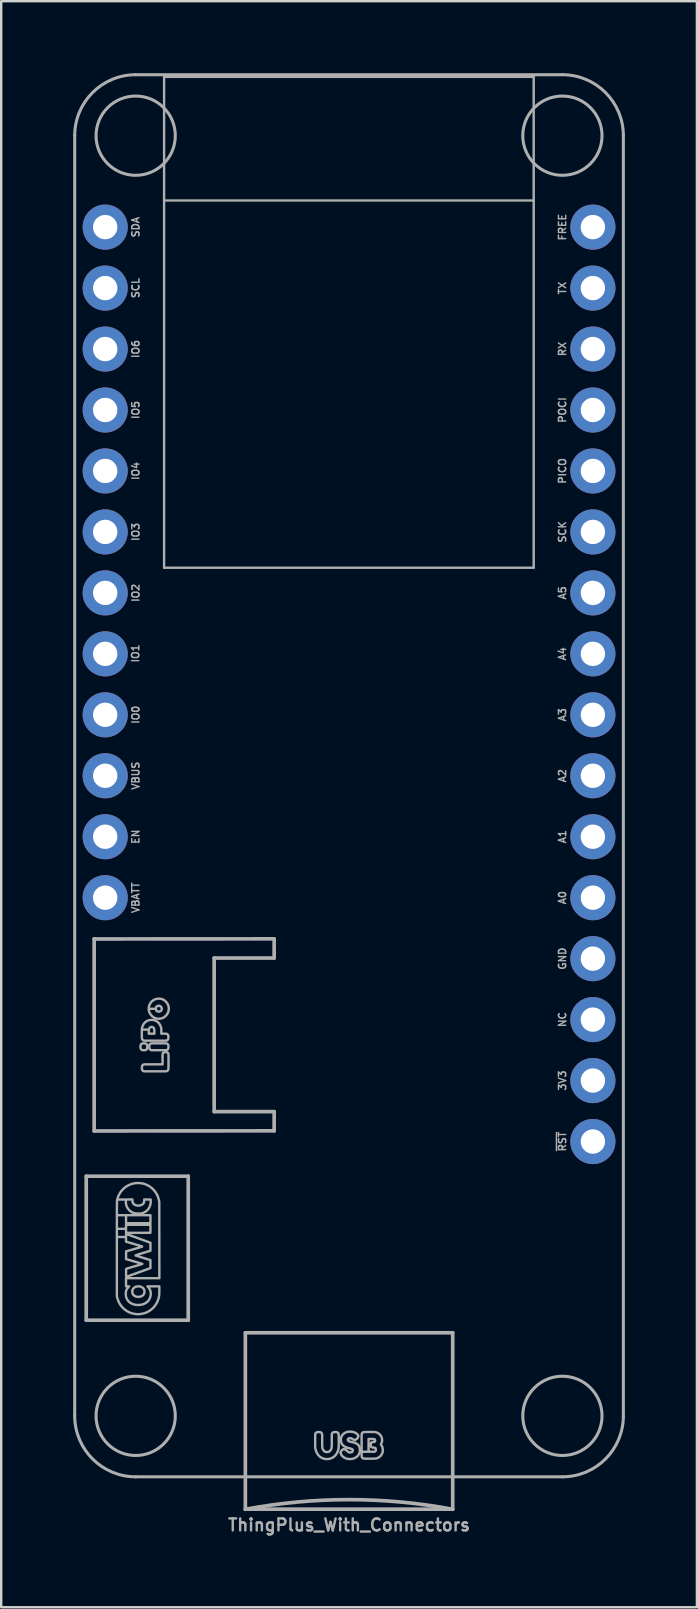
<source format=kicad_pcb>
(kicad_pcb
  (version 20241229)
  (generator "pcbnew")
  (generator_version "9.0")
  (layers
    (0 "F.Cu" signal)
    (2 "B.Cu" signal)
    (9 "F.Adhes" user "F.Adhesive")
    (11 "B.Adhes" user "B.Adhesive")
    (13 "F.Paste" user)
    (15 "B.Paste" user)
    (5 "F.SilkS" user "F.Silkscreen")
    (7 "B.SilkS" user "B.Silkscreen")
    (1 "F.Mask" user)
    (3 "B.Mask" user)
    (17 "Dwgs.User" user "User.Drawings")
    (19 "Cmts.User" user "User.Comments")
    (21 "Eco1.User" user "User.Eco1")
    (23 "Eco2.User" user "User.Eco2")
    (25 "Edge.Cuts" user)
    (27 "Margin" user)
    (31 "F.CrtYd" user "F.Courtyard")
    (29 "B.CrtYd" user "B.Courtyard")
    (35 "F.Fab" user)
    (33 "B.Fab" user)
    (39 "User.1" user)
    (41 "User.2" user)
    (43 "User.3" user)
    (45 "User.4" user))
  (footprint "ThingPlus_With_Connectors"
    (layer "F.Cu")
    (at 11.493 29.273)
    (property "Reference" "ThingPlus_With_Connectors" (at 0 31.51 0) (layer "F.Fab") (effects (font (size 0.5 0.5) (thickness 0.1) (bold yes)) (justify bottom)))
    (fp_line (start -11.43 26.67) (end -11.43 -26.67) (stroke (width 0.127) (type solid)) (layer "F.Fab"))
    (fp_line (start -10.95 16.685) (end -10.95 22.685) (stroke (width 0.152) (type solid)) (layer "F.Fab"))
    (fp_line (start -10.95 16.685) (end -6.7 16.685) (stroke (width 0.152) (type solid)) (layer "F.Fab"))
    (fp_line (start -10.62 6.8) (end -10.62 14.8) (stroke (width 0.152) (type solid)) (layer "F.Fab"))
    (fp_line (start -10.62 14.8) (end -3.12 14.795) (stroke (width 0.152) (type solid)) (layer "F.Fab"))
    (fp_line (start -8.89 -29.21) (end 8.89 -29.21) (stroke (width 0.127) (type solid)) (layer "F.Fab"))
    (fp_line (start -7.706 -29.119) (end 7.694 -29.119) (stroke (width 0.1) (type solid)) (layer "F.Fab"))
    (fp_line (start -7.706 -23.969) (end 7.694 -23.969) (stroke (width 0.1) (type solid)) (layer "F.Fab"))
    (fp_line (start -7.706 -8.669) (end -7.706 -29.119) (stroke (width 0.1) (type solid)) (layer "F.Fab"))
    (fp_line (start -6.7 16.685) (end -6.7 22.685) (stroke (width 0.152) (type solid)) (layer "F.Fab"))
    (fp_line (start -6.7 22.685) (end -10.95 22.685) (stroke (width 0.152) (type solid)) (layer "F.Fab"))
    (fp_line (start -5.62 7.595) (end -3.12 7.595) (stroke (width 0.152) (type solid)) (layer "F.Fab"))
    (fp_line (start -5.62 13.995) (end -5.62 7.595) (stroke (width 0.152) (type solid)) (layer "F.Fab"))
    (fp_line (start -4.32 23.209) (end -4.32 24.829) (stroke (width 0.01) (type solid)) (layer "F.Fab"))
    (fp_line (start -4.32 23.209) (end 4.32 23.209) (stroke (width 0.152) (type solid)) (layer "F.Fab"))
    (fp_line (start -4.32 27.159) (end -4.32 28.759) (stroke (width 0.01) (type solid)) (layer "F.Fab"))
    (fp_line (start -4.32 30.559) (end -4.32 23.209) (stroke (width 0.152) (type solid)) (layer "F.Fab"))
    (fp_line (start -4.32 30.559) (end 4.32 30.559) (stroke (width 0.152) (type solid)) (layer "F.Fab"))
    (fp_line (start -3.12 6.795) (end -10.62 6.8) (stroke (width 0.152) (type solid)) (layer "F.Fab"))
    (fp_line (start -3.12 7.595) (end -3.12 6.795) (stroke (width 0.152) (type solid)) (layer "F.Fab"))
    (fp_line (start -3.12 13.995) (end -5.62 13.995) (stroke (width 0.152) (type solid)) (layer "F.Fab"))
    (fp_line (start -3.12 14.795) (end -3.12 13.995) (stroke (width 0.152) (type solid)) (layer "F.Fab"))
    (fp_line (start 4.32 23.209) (end 4.32 24.829) (stroke (width 0.01) (type solid)) (layer "F.Fab"))
    (fp_line (start 4.32 23.209) (end 4.32 30.559) (stroke (width 0.152) (type solid)) (layer "F.Fab"))
    (fp_line (start 4.32 27.159) (end 4.32 28.759) (stroke (width 0.01) (type solid)) (layer "F.Fab"))
    (fp_line (start 7.694 -29.119) (end 7.694 -8.669) (stroke (width 0.1) (type solid)) (layer "F.Fab"))
    (fp_line (start 7.694 -8.669) (end -7.706 -8.669) (stroke (width 0.1) (type solid)) (layer "F.Fab"))
    (fp_line (start 8.89 29.21) (end -8.89 29.21) (stroke (width 0.127) (type solid)) (layer "F.Fab"))
    (fp_line (start 11.43 -26.67) (end 11.43 26.67) (stroke (width 0.127) (type solid)) (layer "F.Fab"))
    (fp_arc (start -11.43 -26.67) (mid -10.686051 -28.466051) (end -8.89 -29.21) (stroke (width 0.127) (type solid)) (layer "F.Fab"))
    (fp_arc (start -8.89 29.21) (mid -10.686051 28.466051) (end -11.43 26.67) (stroke (width 0.127) (type solid)) (layer "F.Fab"))
    (fp_arc (start -4.32 30.56375) (mid 0 30.161425) (end 4.32 30.56375) (stroke (width 0.1524) (type solid)) (layer "F.Fab"))
    (fp_arc (start 8.89 -29.21) (mid 10.686051 -28.466051) (end 11.43 -26.67) (stroke (width 0.127) (type solid)) (layer "F.Fab"))
    (fp_arc (start 11.43 26.67) (mid 10.686051 28.466051) (end 8.89 29.21) (stroke (width 0.127) (type solid)) (layer "F.Fab"))
    (fp_circle (center -8.89 -26.67) (end -7.239 -26.67) (stroke (width 0.127) (type solid)) (fill no) (layer "F.Fab"))
    (fp_circle (center -8.89 26.67) (end -7.239 26.67) (stroke (width 0.127) (type solid)) (fill no) (layer "F.Fab"))
    (fp_circle (center 8.89 -26.67) (end 10.541 -26.67) (stroke (width 0.127) (type solid)) (fill no) (layer "F.Fab"))
    (fp_circle (center 8.89 26.67) (end 10.541 26.67) (stroke (width 0.127) (type solid)) (fill no) (layer "F.Fab"))
    (fp_poly (pts (xy -8.405 11.293) (xy -8.416 11.375) (xy -8.452 11.418) (xy -8.496 11.433) (xy -8.549 11.436) (xy -8.602 11.433) (xy -8.645 11.418) (xy -8.681 11.374) (xy -8.692 11.291) (xy -8.681 11.21) (xy -8.645 11.166) (xy -8.601 11.151) (xy -8.548 11.148) (xy -8.494 11.151) (xy -8.452 11.166) (xy -8.416 11.21) (xy -8.405 11.293)) (stroke (width 0.1) (type solid)) (fill no) (layer "F.Fab"))
    (fp_poly (pts (xy -7.522 11.293) (xy -7.533 11.375) (xy -7.569 11.418) (xy -7.612 11.433) (xy -7.667 11.436) (xy -8.184 11.436) (xy -8.237 11.433) (xy -8.28 11.418) (xy -8.316 11.374) (xy -8.327 11.291) (xy -8.316 11.21) (xy -8.279 11.166) (xy -8.236 11.151) (xy -8.181 11.148) (xy -7.665 11.148) (xy -7.611 11.151) (xy -7.569 11.166) (xy -7.533 11.21) (xy -7.522 11.293)) (stroke (width 0.1) (type solid)) (fill no) (layer "F.Fab"))
    (fp_poly (pts (xy -7.522 12.171) (xy -7.533 12.253) (xy -7.57 12.298) (xy -7.613 12.313) (xy -7.668 12.315) (xy -8.489 12.315) (xy -8.542 12.313) (xy -8.586 12.298) (xy -8.622 12.253) (xy -8.633 12.169) (xy -8.622 12.087) (xy -8.586 12.042) (xy -8.542 12.027) (xy -8.487 12.025) (xy -7.77 12.025) (xy -7.77 11.637) (xy -7.767 11.592) (xy -7.755 11.556) (xy -7.717 11.525) (xy -7.646 11.515) (xy -7.576 11.525) (xy -7.538 11.556) (xy -7.525 11.594) (xy -7.522 11.639) (xy -7.522 12.171)) (stroke (width 0.1) (type solid)) (fill no) (layer "F.Fab"))
    (fp_poly (pts (xy -7.508 9.704) (xy -7.508 9.707) (xy -7.798 9.707) (xy -7.83 9.618) (xy -7.929 9.575) (xy -8.022 9.612) (xy -8.057 9.709) (xy -8.02 9.798) (xy -7.927 9.836) (xy -7.83 9.794) (xy -7.798 9.707) (xy -7.508 9.707) (xy -7.521 9.807) (xy -7.56 9.904) (xy -7.626 9.994) (xy -7.712 10.068) (xy -7.812 10.111) (xy -7.925 10.126) (xy -8.035 10.112) (xy -8.135 10.071) (xy -8.223 10.002) (xy -8.292 9.914) (xy -8.334 9.816) (xy -8.348 9.707) (xy -8.334 9.595) (xy -8.293 9.496) (xy -8.225 9.408) (xy -8.138 9.339) (xy -8.038 9.298) (xy -7.927 9.285) (xy -7.81 9.299) (xy -7.709 9.343) (xy -7.624 9.416) (xy -7.559 9.506) (xy -7.521 9.602) (xy -7.508 9.704)) (stroke (width 0.1) (type solid)) (fill no) (layer "F.Fab"))
    (fp_poly (pts (xy -9.028 21.445) (xy -9.014 21.402) (xy -8.99 21.364) (xy -8.981 21.354) (xy -8.943 21.32) (xy -8.9 21.296) (xy -8.85 21.281) (xy -8.791 21.276) (xy -8.755 21.276) (xy -8.724 21.278) (xy -8.7 21.282) (xy -8.679 21.288) (xy -8.656 21.298) (xy -8.642 21.305) (xy -8.596 21.334) (xy -8.563 21.368) (xy -8.54 21.409) (xy -8.527 21.458) (xy -8.524 21.483) (xy -8.524 21.511) (xy -8.528 21.539) (xy -8.53 21.547) (xy -8.55 21.598) (xy -8.58 21.64) (xy -8.62 21.672) (xy -8.668 21.695) (xy -8.725 21.709) (xy -8.757 21.712) (xy -8.821 21.711) (xy -8.876 21.7) (xy -8.924 21.68) (xy -8.966 21.649) (xy -8.983 21.632) (xy -9.01 21.594) (xy -9.026 21.553) (xy -9.032 21.504) (xy -9.033 21.494)) (stroke (width 0.1) (type solid)) (fill no) (layer "F.Fab"))
    (fp_poly (pts (xy -7.524 10.893) (xy -7.535 10.975) (xy -7.571 11.02) (xy -7.615 11.035) (xy -7.67 11.037) (xy -8.489 11.037) (xy -8.542 11.035) (xy -8.586 11.02) (xy -8.622 10.975) (xy -8.633 10.891) (xy -8.633 10.575) (xy -8.627 10.511) (xy -8.608 10.444) (xy -8.577 10.377) (xy -8.535 10.313) (xy -8.479 10.257) (xy -8.406 10.211) (xy -8.32 10.181) (xy -8.225 10.171) (xy -8.132 10.18) (xy -8.047 10.21) (xy -7.975 10.256) (xy -7.919 10.313) (xy -7.877 10.377) (xy -7.846 10.444) (xy -7.827 10.512) (xy -7.821 10.577) (xy -7.821 10.747) (xy -8.111 10.747) (xy -8.111 10.575) (xy -8.14 10.497) (xy -8.227 10.459) (xy -8.31 10.494) (xy -8.343 10.577) (xy -8.343 10.747) (xy -8.111 10.747) (xy -7.821 10.747) (xy -7.668 10.747) (xy -7.613 10.749) (xy -7.571 10.764) (xy -7.535 10.809) (xy -7.524 10.893)) (stroke (width 0.1) (type solid)) (fill no) (layer "F.Fab"))
    (fp_poly (pts (xy -1.411 27.933) (xy -1.411 27.489) (xy -1.409 27.434) (xy -1.394 27.39) (xy -1.349 27.354) (xy -1.265 27.343) (xy -1.182 27.354) (xy -1.138 27.39) (xy -1.122 27.434) (xy -1.119 27.49) (xy -1.119 27.933) (xy -1.103 28.045) (xy -1.04 28.139) (xy -0.985 28.17) (xy -0.918 28.181) (xy -0.836 28.164) (xy -0.773 28.113) (xy -0.733 28.033) (xy -0.719 27.932) (xy -0.719 27.481) (xy -0.716 27.429) (xy -0.7 27.388) (xy -0.656 27.354) (xy -0.573 27.343) (xy -0.491 27.354) (xy -0.446 27.391) (xy -0.431 27.436) (xy -0.429 27.49) (xy -0.429 27.937) (xy -0.437 28.033) (xy -0.461 28.127) (xy -0.501 28.217) (xy -0.554 28.299) (xy -0.623 28.37) (xy -0.71 28.425) (xy -0.811 28.461) (xy -0.922 28.473) (xy -1.033 28.461) (xy -1.133 28.425) (xy -1.22 28.369) (xy -1.288 28.297) (xy -1.341 28.214) (xy -1.38 28.124) (xy -1.403 28.029) (xy -1.411 27.933)) (stroke (width 0.1) (type solid)) (fill no) (layer "F.Fab"))
    (fp_poly (pts (xy 0.668 28.454) (xy 0.586 28.443) (xy 0.541 28.406) (xy 0.526 28.362) (xy 0.524 28.306) (xy 0.524 27.487) (xy 0.526 27.434) (xy 0.541 27.39) (xy 0.586 27.354) (xy 0.67 27.343) (xy 1.041 27.343) (xy 1.131 27.354) (xy 1.211 27.388) (xy 1.281 27.444) (xy 1.336 27.515) (xy 1.369 27.595) (xy 1.38 27.683) (xy 1.366 27.775) (xy 1.327 27.86) (xy 1.39 27.972) (xy 1.411 28.094) (xy 1.399 28.189) (xy 1.364 28.274) (xy 1.306 28.349) (xy 1.232 28.407) (xy 1.149 28.442) (xy 1.057 28.454) (xy 0.814 28.454) (xy 0.814 28.164) (xy 1.041 28.164) (xy 1.064 28.162) (xy 1.088 28.153) (xy 1.112 28.126) (xy 1.121 28.076) (xy 1.1 28.01) (xy 1.033 27.995) (xy 1.013 27.995) (xy 0.922 27.967) (xy 0.895 27.873) (xy 0.924 27.782) (xy 1.021 27.756) (xy 1.04 27.756) (xy 1.078 27.744) (xy 1.089 27.695) (xy 1.072 27.646) (xy 1.006 27.633) (xy 0.814 27.633) (xy 0.814 28.164) (xy 0.814 28.454) (xy 0.668 28.454)) (stroke (width 0.1) (type solid)) (fill no) (layer "F.Fab"))
    (fp_poly (pts (xy 0.046 28.471) (xy -0.043 28.464) (xy -0.117 28.447) (xy -0.179 28.421) (xy -0.228 28.391) (xy -0.266 28.36) (xy -0.294 28.332) (xy -0.311 28.31) (xy -0.321 28.298) (xy -0.36 28.195) (xy -0.294 28.094) (xy -0.228 28.057) (xy -0.159 28.068) (xy -0.087 28.125) (xy -0.023 28.183) (xy 0.04 28.198) (xy 0.133 28.175) (xy 0.162 28.102) (xy 0.121 28.052) (xy -0.004 28.015) (xy -0.08 27.995) (xy -0.14 27.973) (xy -0.229 27.922) (xy -0.292 27.854) (xy -0.33 27.768) (xy -0.343 27.665) (xy -0.331 27.573) (xy -0.296 27.493) (xy -0.237 27.423) (xy -0.159 27.37) (xy -0.07 27.338) (xy 0.032 27.327) (xy 0.152 27.337) (xy 0.253 27.369) (xy 0.335 27.422) (xy 0.392 27.504) (xy 0.354 27.602) (xy 0.26 27.679) (xy 0.154 27.649) (xy 0.136 27.634) (xy 0.114 27.616) (xy 0.083 27.604) (xy 0.03 27.598) (xy -0.029 27.618) (xy -0.054 27.667) (xy -0.026 27.718) (xy 0.037 27.746) (xy 0.133 27.766) (xy 0.235 27.79) (xy 0.325 27.832) (xy 0.394 27.892) (xy 0.439 27.978) (xy 0.454 28.097) (xy 0.447 28.173) (xy 0.427 28.241) (xy 0.358 28.348) (xy 0.26 28.419) (xy 0.152 28.46) (xy 0.046 28.471)) (stroke (width 0.1) (type solid)) (fill no) (layer "F.Fab"))
    (fp_poly (pts (xy -9.674 19.511) (xy -9.674 19.332) (xy -9.674 19.164) (xy -9.674 19.009) (xy -9.674 18.866) (xy -9.674 18.733) (xy -9.673 18.611) (xy -9.673 18.499) (xy -9.673 18.396) (xy -9.673 18.303) (xy -9.673 18.218) (xy -9.673 18.142) (xy -9.672 18.074) (xy -9.672 18.013) (xy -9.672 17.958) (xy -9.671 17.911) (xy -9.671 17.869) (xy -9.67 17.833) (xy -9.67 17.802) (xy -9.669 17.775) (xy -9.669 17.753) (xy -9.668 17.734) (xy -9.667 17.719) (xy -9.666 17.706) (xy -9.665 17.696) (xy -9.664 17.688) (xy -9.663 17.681) (xy -9.662 17.675) (xy -9.661 17.67) (xy -9.63 17.562) (xy -9.587 17.461) (xy -9.534 17.368) (xy -9.471 17.283) (xy -9.398 17.206) (xy -9.315 17.138) (xy -9.224 17.08) (xy -9.199 17.067) (xy -9.108 17.025) (xy -9.016 16.996) (xy -8.921 16.977) (xy -8.821 16.97) (xy -8.794 16.969) (xy -8.683 16.975) (xy -8.578 16.993) (xy -8.479 17.023) (xy -8.385 17.066) (xy -8.295 17.12) (xy -8.21 17.188) (xy -8.179 17.216) (xy -8.108 17.291) (xy -8.049 17.371) (xy -8 17.456) (xy -7.96 17.548) (xy -7.929 17.65) (xy -7.922 17.679) (xy -7.907 17.743) (xy -7.905 19.34) (xy -7.903 20.936) (xy -8.597 20.936) (xy -9.288 20.936) (xy -9.288 20.881) (xy -8.782 20.698) (xy -8.275 20.514) (xy -8.275 20.347) (xy -8.275 20.181) (xy -8.582 20.086) (xy -8.644 20.067) (xy -8.701 20.049) (xy -8.754 20.032) (xy -8.799 20.017) (xy -8.838 20.005) (xy -8.867 19.996) (xy -8.887 19.989) (xy -8.895 19.986) (xy -8.895 19.986) (xy -8.89 19.983) (xy -8.873 19.977) (xy -8.846 19.968) (xy -8.81 19.956) (xy -8.766 19.941) (xy -8.715 19.925) (xy -8.658 19.908) (xy -8.597 19.889) (xy -8.588 19.886) (xy -8.275 19.79) (xy -8.275 19.624) (xy -8.275 19.457) (xy -8.779 19.273) (xy -8.857 19.244) (xy -8.932 19.217) (xy -9.002 19.192) (xy -9.067 19.168) (xy -9.125 19.147) (xy -9.175 19.129) (xy -9.218 19.113) (xy -9.251 19.101) (xy -9.274 19.093) (xy -9.286 19.089) (xy -9.287 19.089) (xy -9.289 19.095) (xy -9.29 19.113) (xy -9.291 19.14) (xy -9.291 19.176) (xy -9.292 19.217) (xy -9.292 19.25) (xy -9.292 19.042) (xy -8.783 19.042) (xy -8.275 19.042) (xy -8.275 18.876) (xy -8.275 18.71) (xy -8.783 18.71) (xy -9.292 18.71) (xy -9.292 18.644) (xy -8.783 18.644) (xy -8.275 18.644) (xy -8.275 18.478) (xy -8.275 18.311) (xy -8.78 18.311) (xy -8.78 18.242) (xy -8.727 18.241) (xy -8.684 18.239) (xy -8.647 18.234) (xy -8.613 18.226) (xy -8.58 18.214) (xy -8.543 18.198) (xy -8.522 18.188) (xy -8.457 18.149) (xy -8.401 18.1) (xy -8.354 18.041) (xy -8.327 17.996) (xy -8.299 17.934) (xy -8.28 17.876) (xy -8.269 17.817) (xy -8.264 17.751) (xy -8.264 17.72) (xy -8.265 17.657) (xy -8.399 17.655) (xy -8.533 17.653) (xy -8.535 17.712) (xy -8.541 17.76) (xy -8.554 17.798) (xy -8.574 17.829) (xy -8.595 17.849) (xy -8.637 17.878) (xy -8.686 17.897) (xy -8.739 17.908) (xy -8.793 17.911) (xy -8.847 17.905) (xy -8.897 17.891) (xy -8.941 17.868) (xy -8.977 17.838) (xy -9.002 17.805) (xy -9.017 17.772) (xy -9.024 17.734) (xy -9.026 17.705) (xy -9.026 17.653) (xy -9.164 17.655) (xy -9.302 17.657) (xy -9.301 17.74) (xy -9.297 17.806) (xy -9.288 17.864) (xy -9.273 17.919) (xy -9.25 17.974) (xy -9.244 17.986) (xy -9.211 18.039) (xy -9.169 18.09) (xy -9.12 18.136) (xy -9.068 18.173) (xy -9.049 18.184) (xy -9.005 18.205) (xy -8.966 18.22) (xy -8.926 18.231) (xy -8.884 18.237) (xy -8.835 18.241) (xy -8.78 18.242) (xy -8.78 18.311) (xy -8.783 18.311) (xy -9.292 18.311) (xy -9.292 18.478) (xy -9.292 18.644) (xy -9.292 18.71) (xy -9.292 18.876) (xy -9.292 19.042) (xy -9.292 19.25) (xy -9.292 19.412) (xy -8.968 19.507) (xy -8.904 19.526) (xy -8.844 19.544) (xy -8.788 19.56) (xy -8.738 19.575) (xy -8.696 19.588) (xy -8.662 19.598) (xy -8.638 19.605) (xy -8.626 19.609) (xy -8.624 19.61) (xy -8.621 19.611) (xy -8.619 19.613) (xy -8.619 19.615) (xy -8.623 19.617) (xy -8.629 19.621) (xy -8.641 19.625) (xy -8.657 19.631) (xy -8.679 19.638) (xy -8.708 19.647) (xy -8.744 19.658) (xy -8.789 19.671) (xy -8.842 19.687) (xy -8.905 19.706) (xy -8.978 19.727) (xy -9.063 19.752) (xy -9.159 19.78) (xy -9.179 19.785) (xy -9.288 19.817) (xy -9.29 19.977) (xy -9.292 20.138) (xy -9.237 20.154) (xy -9.219 20.16) (xy -9.19 20.168) (xy -9.151 20.179) (xy -9.104 20.193) (xy -9.052 20.208) (xy -8.994 20.225) (xy -8.934 20.242) (xy -8.9 20.252) (xy -8.841 20.269) (xy -8.786 20.285) (xy -8.736 20.3) (xy -8.693 20.312) (xy -8.658 20.323) (xy -8.632 20.331) (xy -8.616 20.336) (xy -8.612 20.338) (xy -8.618 20.34) (xy -8.634 20.346) (xy -8.662 20.355) (xy -8.698 20.367) (xy -8.743 20.381) (xy -8.795 20.396) (xy -8.852 20.414) (xy -8.914 20.432) (xy -8.942 20.44) (xy -9.007 20.459) (xy -9.067 20.477) (xy -9.123 20.494) (xy -9.172 20.509) (xy -9.214 20.521) (xy -9.247 20.531) (xy -9.271 20.539) (xy -9.283 20.543) (xy -9.285 20.544) (xy -9.287 20.551) (xy -9.289 20.569) (xy -9.29 20.598) (xy -9.29 20.64) (xy -9.29 20.694) (xy -9.29 20.715) (xy -9.288 20.881) (xy -9.288 20.936) (xy -9.292 20.936) (xy -9.292 21.105) (xy -9.292 21.275) (xy -9.227 21.275) (xy -9.163 21.275) (xy -9.197 21.31) (xy -9.239 21.361) (xy -9.272 21.419) (xy -9.286 21.454) (xy -9.294 21.488) (xy -9.299 21.531) (xy -9.302 21.579) (xy -9.301 21.628) (xy -9.297 21.673) (xy -9.289 21.712) (xy -9.289 21.713) (xy -9.263 21.785) (xy -9.225 21.85) (xy -9.177 21.908) (xy -9.118 21.957) (xy -9.056 21.994) (xy -8.994 22.019) (xy -8.925 22.037) (xy -8.85 22.048) (xy -8.775 22.051) (xy -8.719 22.047) (xy -8.665 22.04) (xy -8.62 22.031) (xy -8.58 22.019) (xy -8.539 22.002) (xy -8.508 21.988) (xy -8.445 21.95) (xy -8.389 21.904) (xy -8.343 21.849) (xy -8.31 21.793) (xy -8.282 21.72) (xy -8.266 21.644) (xy -8.262 21.575) (xy -8.268 21.502) (xy -8.285 21.436) (xy -8.314 21.376) (xy -8.354 21.322) (xy -8.361 21.314) (xy -8.4 21.275) (xy -8.152 21.275) (xy -7.903 21.275) (xy -7.904 21.436) (xy -7.905 21.482) (xy -7.905 21.526) (xy -7.906 21.564) (xy -7.907 21.595) (xy -7.907 21.616) (xy -7.908 21.623) (xy -7.924 21.728) (xy -7.952 21.829) (xy -7.991 21.926) (xy -8.041 22.017) (xy -8.1 22.101) (xy -8.169 22.178) (xy -8.246 22.246) (xy -8.33 22.305) (xy -8.422 22.354) (xy -8.464 22.372) (xy -8.565 22.404) (xy -8.667 22.425) (xy -8.768 22.435) (xy -8.866 22.432) (xy -8.976 22.415) (xy -9.08 22.387) (xy -9.178 22.347) (xy -9.27 22.295) (xy -9.356 22.231) (xy -9.432 22.16) (xy -9.502 22.079) (xy -9.56 21.992) (xy -9.607 21.899) (xy -9.644 21.798) (xy -9.656 21.755) (xy -9.674 21.683) (xy -9.674 19.703)) (stroke (width 0.1) (type solid)) (fill no) (layer "F.Fab"))
    (fp_text user "GND" (at 8.89 7.62 90) (unlocked yes) (layer "F.Fab") (effects (font (size 0.3 0.3) (thickness 0.06) (bold yes))))
    (fp_text user "A3" (at 8.89 -2.54 90) (unlocked yes) (layer "F.Fab") (effects (font (size 0.3 0.3) (thickness 0.06) (bold yes))))
    (fp_text user "IO4" (at -8.89 -12.7 90) (unlocked yes) (layer "F.Fab") (effects (font (size 0.3 0.3) (thickness 0.06) (bold yes))))
    (fp_text user "~{RST}" (at 8.89 15.24 90) (unlocked yes) (layer "F.Fab") (effects (font (size 0.3 0.3) (thickness 0.06) (bold yes))))
    (fp_text user "IO0" (at -8.89 -2.54 90) (unlocked yes) (layer "F.Fab") (effects (font (size 0.3 0.3) (thickness 0.06) (bold yes))))
    (fp_text user "POCI" (at 8.89 -15.24 90) (unlocked yes) (layer "F.Fab") (effects (font (size 0.3 0.3) (thickness 0.06) (bold yes))))
    (fp_text user "A1" (at 8.89 2.54 90) (unlocked yes) (layer "F.Fab") (effects (font (size 0.3 0.3) (thickness 0.06) (bold yes))))
    (fp_text user "A4" (at 8.89 -5.08 90) (unlocked yes) (layer "F.Fab") (effects (font (size 0.3 0.3) (thickness 0.06) (bold yes))))
    (fp_text user "IO6" (at -8.89 -17.78 90) (unlocked yes) (layer "F.Fab") (effects (font (size 0.3 0.3) (thickness 0.06) (bold yes))))
    (fp_text user "VBUS" (at -8.89 0 90) (unlocked yes) (layer "F.Fab") (effects (font (size 0.3 0.3) (thickness 0.06) (bold yes))))
    (fp_text user "FREE" (at 8.89 -22.86 90) (unlocked yes) (layer "F.Fab") (effects (font (size 0.3 0.3) (thickness 0.06) (bold yes))))
    (fp_text user "VBATT" (at -8.89 5.08 90) (unlocked yes) (layer "F.Fab") (effects (font (size 0.3 0.3) (thickness 0.06) (bold yes))))
    (fp_text user "TX" (at 8.89 -20.32 90) (unlocked yes) (layer "F.Fab") (effects (font (size 0.3 0.3) (thickness 0.06) (bold yes))))
    (fp_text user "IO5" (at -8.89 -15.24 90) (unlocked yes) (layer "F.Fab") (effects (font (size 0.3 0.3) (thickness 0.06) (bold yes))))
    (fp_text user "IO2" (at -8.89 -7.62 90) (unlocked yes) (layer "F.Fab") (effects (font (size 0.3 0.3) (thickness 0.06) (bold yes))))
    (fp_text user "IO3" (at -8.89 -10.16 90) (unlocked yes) (layer "F.Fab") (effects (font (size 0.3 0.3) (thickness 0.06) (bold yes))))
    (fp_text user "SCL" (at -8.89 -20.32 90) (unlocked yes) (layer "F.Fab") (effects (font (size 0.3 0.3) (thickness 0.06) (bold yes))))
    (fp_text user "A5" (at 8.89 -7.62 90) (unlocked yes) (layer "F.Fab") (effects (font (size 0.3 0.3) (thickness 0.06) (bold yes))))
    (fp_text user "PICO" (at 8.89 -12.7 90) (unlocked yes) (layer "F.Fab") (effects (font (size 0.3 0.3) (thickness 0.06) (bold yes))))
    (fp_text user "A0" (at 8.89 5.08 90) (unlocked yes) (layer "F.Fab") (effects (font (size 0.3 0.3) (thickness 0.06) (bold yes))))
    (fp_text user "IO1" (at -8.899 -5.097 90) (unlocked yes) (layer "F.Fab") (effects (font (size 0.3 0.3) (thickness 0.06) (bold yes))))
    (fp_text user "SCK" (at 8.89 -10.16 90) (unlocked yes) (layer "F.Fab") (effects (font (size 0.3 0.3) (thickness 0.06) (bold yes))))
    (fp_text user "NC" (at 8.89 10.16 90) (unlocked yes) (layer "F.Fab") (effects (font (size 0.3 0.3) (thickness 0.06) (bold yes))))
    (fp_text user "A2" (at 8.89 0 90) (unlocked yes) (layer "F.Fab") (effects (font (size 0.3 0.3) (thickness 0.06) (bold yes))))
    (fp_text user "SDA" (at -8.89 -22.86 90) (unlocked yes) (layer "F.Fab") (effects (font (size 0.3 0.3) (thickness 0.06) (bold yes))))
    (fp_text user "RX" (at 8.89 -17.78 90) (unlocked yes) (layer "F.Fab") (effects (font (size 0.3 0.3) (thickness 0.06) (bold yes))))
    (fp_text user "EN" (at -8.89 2.54 90) (unlocked yes) (layer "F.Fab") (effects (font (size 0.3 0.3) (thickness 0.06) (bold yes))))
    (fp_text user "3V3" (at 8.89 12.7 90) (unlocked yes) (layer "F.Fab") (effects (font (size 0.3 0.3) (thickness 0.06) (bold yes))))
    (pad "1" thru_hole circle (at -10.16 -22.86) (size 1.88 1.88) (drill 1.016) (layers "*.Cu" "*.Mask"))
    (pad "2" thru_hole circle (at -10.16 -20.32) (size 1.88 1.88) (drill 1.016) (layers "*.Cu" "*.Mask"))
    (pad "3" thru_hole circle (at -10.16 -17.78) (size 1.88 1.88) (drill 1.016) (layers "*.Cu" "*.Mask"))
    (pad "4" thru_hole circle (at -10.16 -15.24) (size 1.88 1.88) (drill 1.016) (layers "*.Cu" "*.Mask"))
    (pad "5" thru_hole circle (at -10.16 -12.7) (size 1.88 1.88) (drill 1.016) (layers "*.Cu" "*.Mask"))
    (pad "6" thru_hole circle (at -10.16 -10.16) (size 1.88 1.88) (drill 1.016) (layers "*.Cu" "*.Mask"))
    (pad "7" thru_hole circle (at -10.16 -7.62) (size 1.88 1.88) (drill 1.016) (layers "*.Cu" "*.Mask"))
    (pad "8" thru_hole circle (at -10.16 -5.08) (size 1.88 1.88) (drill 1.016) (layers "*.Cu" "*.Mask"))
    (pad "9" thru_hole circle (at -10.16 -2.54) (size 1.88 1.88) (drill 1.016) (layers "*.Cu" "*.Mask"))
    (pad "10" thru_hole circle (at -10.16 0) (size 1.88 1.88) (drill 1.016) (layers "*.Cu" "*.Mask"))
    (pad "11" thru_hole circle (at -10.16 2.54) (size 1.88 1.88) (drill 1.016) (layers "*.Cu" "*.Mask"))
    (pad "12" thru_hole circle (at -10.16 5.08) (size 1.88 1.88) (drill 1.016) (layers "*.Cu" "*.Mask"))
    (pad "13" thru_hole circle (at 10.16 -22.86) (size 1.88 1.88) (drill 1.016) (layers "*.Cu" "*.Mask"))
    (pad "14" thru_hole circle (at 10.16 -20.32) (size 1.88 1.88) (drill 1.016) (layers "*.Cu" "*.Mask"))
    (pad "15" thru_hole circle (at 10.16 -17.78) (size 1.88 1.88) (drill 1.016) (layers "*.Cu" "*.Mask"))
    (pad "16" thru_hole circle (at 10.16 -15.24) (size 1.88 1.88) (drill 1.016) (layers "*.Cu" "*.Mask"))
    (pad "17" thru_hole circle (at 10.16 -12.7) (size 1.88 1.88) (drill 1.016) (layers "*.Cu" "*.Mask"))
    (pad "18" thru_hole circle (at 10.16 -10.16) (size 1.88 1.88) (drill 1.016) (layers "*.Cu" "*.Mask"))
    (pad "19" thru_hole circle (at 10.16 -7.62) (size 1.88 1.88) (drill 1.016) (layers "*.Cu" "*.Mask"))
    (pad "20" thru_hole circle (at 10.16 -5.08) (size 1.88 1.88) (drill 1.016) (layers "*.Cu" "*.Mask"))
    (pad "21" thru_hole circle (at 10.16 -2.54) (size 1.88 1.88) (drill 1.016) (layers "*.Cu" "*.Mask"))
    (pad "22" thru_hole circle (at 10.16 0) (size 1.88 1.88) (drill 1.016) (layers "*.Cu" "*.Mask"))
    (pad "23" thru_hole circle (at 10.16 2.54) (size 1.88 1.88) (drill 1.016) (layers "*.Cu" "*.Mask"))
    (pad "24" thru_hole circle (at 10.16 5.08) (size 1.88 1.88) (drill 1.016) (layers "*.Cu" "*.Mask"))
    (pad "25" thru_hole circle (at 10.16 7.62) (size 1.88 1.88) (drill 1.016) (layers "*.Cu" "*.Mask"))
    (pad "26" thru_hole circle (at 10.16 10.16) (size 1.88 1.88) (drill 1.016) (layers "*.Cu" "*.Mask"))
    (pad "27" thru_hole circle (at 10.16 12.7) (size 1.88 1.88) (drill 1.016) (layers "*.Cu" "*.Mask"))
    (pad "28" thru_hole circle (at 10.16 15.24) (size 1.88 1.88) (drill 1.016) (layers "*.Cu" "*.Mask")))
  (gr_rect
    (start -3 -3)
    (end 25.987 63.919)
    (stroke (width 0.1) (type default))
    (fill no)
    (layer "Edge.Cuts")))
</source>
